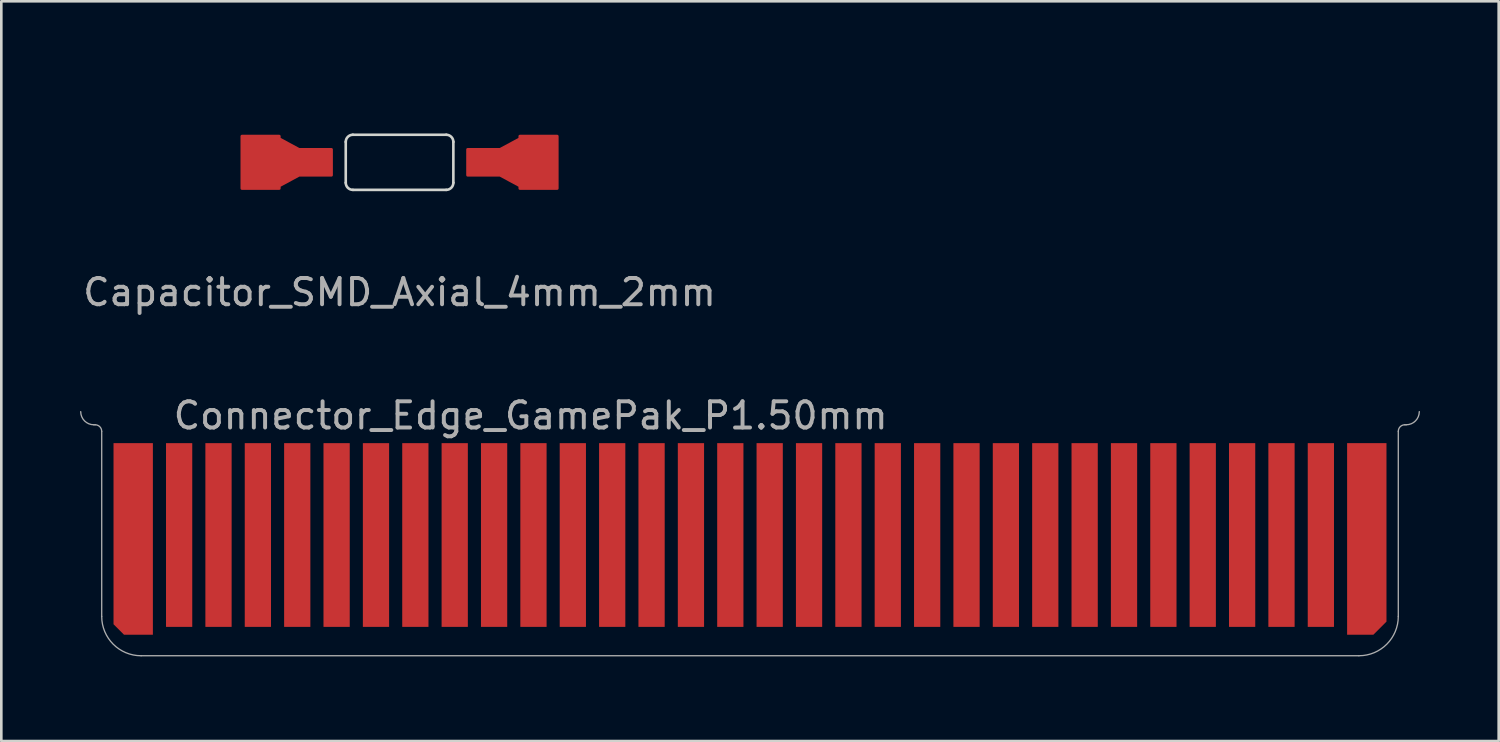
<source format=kicad_pcb>
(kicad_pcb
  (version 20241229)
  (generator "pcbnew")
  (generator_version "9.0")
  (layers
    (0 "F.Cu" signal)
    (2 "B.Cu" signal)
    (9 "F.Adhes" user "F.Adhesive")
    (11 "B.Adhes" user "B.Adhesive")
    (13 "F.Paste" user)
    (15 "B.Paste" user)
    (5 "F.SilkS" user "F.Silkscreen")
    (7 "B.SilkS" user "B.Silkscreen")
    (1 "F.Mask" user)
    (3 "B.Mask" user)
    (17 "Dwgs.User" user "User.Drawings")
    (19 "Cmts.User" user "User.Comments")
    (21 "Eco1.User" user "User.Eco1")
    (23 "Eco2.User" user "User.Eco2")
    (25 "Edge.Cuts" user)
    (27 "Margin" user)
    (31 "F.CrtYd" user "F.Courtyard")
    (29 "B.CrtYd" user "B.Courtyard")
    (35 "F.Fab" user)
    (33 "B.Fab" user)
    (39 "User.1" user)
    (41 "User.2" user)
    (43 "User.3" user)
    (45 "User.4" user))
  (footprint "Capacitor_SMD_Axial_4mm_2mm"
    (layer "F.Cu")
    (at 12.173 3.134)
    (property "Reference" "Capacitor_SMD_Axial_4mm_2mm" (at 0 -2.286 0) (unlocked yes) (layer "F.Mask") (effects (font (size 1 1) (thickness 0.15))))
    (attr smd)
    (fp_line (start -2.05 0.778) (end -2.05 -0.778) (stroke (width 0.1) (type solid)) (layer "Edge.Cuts"))
    (fp_line (start -1.778 -1.05) (end 1.778 -1.05) (stroke (width 0.1) (type solid)) (layer "Edge.Cuts"))
    (fp_line (start -1.778 1.05) (end 1.778 1.05) (stroke (width 0.1) (type solid)) (layer "Edge.Cuts"))
    (fp_line (start 2.05 -0.778) (end 2.05 0.778) (stroke (width 0.1) (type solid)) (layer "Edge.Cuts"))
    (fp_arc (start -2.05 -0.778) (mid -1.970333 -0.970333) (end -1.778 -1.05) (stroke (width 0.1) (type solid)) (layer "Edge.Cuts"))
    (fp_arc (start -1.778 1.05) (mid -1.970333 0.970333) (end -2.05 0.778) (stroke (width 0.1) (type solid)) (layer "Edge.Cuts"))
    (fp_arc (start 1.778 -1.05) (mid 1.970333 -0.970333) (end 2.05 -0.778) (stroke (width 0.1) (type solid)) (layer "Edge.Cuts"))
    (fp_arc (start 2.05 0.778) (mid 1.970333 0.970333) (end 1.778 1.05) (stroke (width 0.1) (type solid)) (layer "Edge.Cuts"))
    (fp_text user "${REFERENCE}" (at 0 4.953 0) (unlocked yes) (layer "F.Fab") (effects (font (size 1 1) (thickness 0.15))))
    (pad "1" smd custom (at -3.21 0) (size 1.25 1) (layers "F.Cu" "F.Mask" "F.Paste") (options (anchor rect)) (primitives (gr_poly (pts (xy 0.62 -0.495) (xy -0.62 -0.495) (xy -1.37 -0.9) (xy -1.37 -1) (xy -2.8 -1) (xy -2.8 1) (xy -1.37 1) (xy -1.37 0.9) (xy -0.62 0.495) (xy 0.62 0.495)) (width 0.1) (fill yes))))
    (pad "2" smd custom (at 3.21 0 180) (size 1.25 1) (layers "F.Cu" "F.Mask" "F.Paste") (options (anchor rect)) (primitives (gr_poly (pts (xy 0.62 -0.495) (xy -0.62 -0.495) (xy -1.37 -0.9) (xy -1.37 -1) (xy -2.8 -1) (xy -2.8 1) (xy -1.37 1) (xy -1.37 0.9) (xy -0.62 0.495) (xy 0.62 0.495)) (width 0.1) (fill yes))))
    (zone (net_name "") (layer "F.Cu") (name "BLANK") (hatch edge 0.508) (connect_pads) (min_thickness 0.254) (filled_areas_thickness no) (keepout (tracks allowed) (vias allowed) (pads allowed) (copperpour not_allowed) (footprints allowed)) (placement (enabled no)) (fill) (polygon (pts (xy 16.723 4.184) (xy 7.623 4.184) (xy 7.623 2.084) (xy 16.723 2.084)))))
  (footprint "Connector_Edge_GamePak_P1.50mm"
    (layer "F.Cu")
    (at 25.525 21.934)
    (property "Reference" "Connector_Edge_GamePak_P1.50mm" (at -22.05 -9.15 0) (layer "F.Fab") (effects (font (size 1 1) (thickness 0.15)) (justify left)))
    (attr through_hole)
    (fp_poly (pts (xy 24.9 -0.004) (xy -24.9 -0.004) (xy -24.9 -7) (xy 24.9 -7)) (stroke (width 0) (type solid)) (fill yes) (layer "F.Mask"))
    (fp_line (start -24.95 -8.8) (end -25 -8.8) (stroke (width 0.05) (type solid)) (layer "F.Fab"))
    (fp_line (start -24.7 -1.5) (end -24.7 -8.55) (stroke (width 0.05) (type solid)) (layer "F.Fab"))
    (fp_line (start -23.2 0) (end 23.2 0) (stroke (width 0.05) (type solid)) (layer "F.Fab"))
    (fp_line (start 24.7 -1.5) (end 24.7 -8.55) (stroke (width 0.05) (type solid)) (layer "F.Fab"))
    (fp_line (start 25 -8.8) (end 24.95 -8.8) (stroke (width 0.05) (type solid)) (layer "F.Fab"))
    (fp_arc (start -25 -8.8) (mid -25.353553 -8.946447) (end -25.5 -9.3) (stroke (width 0.05) (type solid)) (layer "F.Fab"))
    (fp_arc (start -24.95 -8.8) (mid -24.773243 -8.726796) (end -24.7 -8.550056) (stroke (width 0.05) (type solid)) (layer "F.Fab"))
    (fp_arc (start -23.2 0) (mid -24.26066 -0.43934) (end -24.7 -1.5) (stroke (width 0.05) (type solid)) (layer "F.Fab"))
    (fp_arc (start 24.7 -8.550056) (mid 24.773202 -8.726814) (end 24.949944 -8.800056) (stroke (width 0.05) (type solid)) (layer "F.Fab"))
    (fp_arc (start 24.7 -1.5) (mid 24.26066 -0.43934) (end 23.2 0) (stroke (width 0.05) (type solid)) (layer "F.Fab"))
    (fp_arc (start 25.5 -9.3) (mid 25.353553 -8.946447) (end 25 -8.8) (stroke (width 0.05) (type solid)) (layer "F.Fab"))
    (pad "1" connect custom (at -23.5 -7.6) (size 0.8 0.8) (layers "F.Cu") (options (anchor rect)) (primitives (gr_poly (pts (xy 0.75 6.8) (xy -0.35 6.8) (xy -0.75 6.4) (xy -0.75 -0.5) (xy 0.75 -0.5)) (width 0) (fill yes))))
    (pad "2" connect custom (at -21.75 -7.6) (size 0.8 0.8) (layers "F.Cu") (options (anchor rect)) (primitives (gr_poly (pts (xy 0.5 6.5) (xy -0.5 6.5) (xy -0.5 -0.5) (xy 0.5 -0.5)) (width 0) (fill yes))))
    (pad "3" connect custom (at -20.25 -7.6) (size 0.8 0.8) (layers "F.Cu") (options (anchor rect)) (primitives (gr_poly (pts (xy 0.5 6.5) (xy -0.5 6.5) (xy -0.5 -0.5) (xy 0.5 -0.5)) (width 0) (fill yes))))
    (pad "4" connect custom (at -18.75 -7.6) (size 0.8 0.8) (layers "F.Cu") (options (anchor rect)) (primitives (gr_poly (pts (xy 0.5 6.5) (xy -0.5 6.5) (xy -0.5 -0.5) (xy 0.5 -0.5)) (width 0) (fill yes))))
    (pad "5" connect custom (at -17.25 -7.6) (size 0.8 0.8) (layers "F.Cu") (options (anchor rect)) (primitives (gr_poly (pts (xy 0.5 6.5) (xy -0.5 6.5) (xy -0.5 -0.5) (xy 0.5 -0.5)) (width 0) (fill yes))))
    (pad "6" connect custom (at -15.75 -7.6) (size 0.8 0.8) (layers "F.Cu") (options (anchor rect)) (primitives (gr_poly (pts (xy 0.5 6.5) (xy -0.5 6.5) (xy -0.5 -0.5) (xy 0.5 -0.5)) (width 0) (fill yes))))
    (pad "7" connect custom (at -14.25 -7.6) (size 0.8 0.8) (layers "F.Cu") (options (anchor rect)) (primitives (gr_poly (pts (xy 0.5 6.5) (xy -0.5 6.5) (xy -0.5 -0.5) (xy 0.5 -0.5)) (width 0) (fill yes))))
    (pad "8" connect custom (at -12.75 -7.6) (size 0.8 0.8) (layers "F.Cu") (options (anchor rect)) (primitives (gr_poly (pts (xy 0.5 6.5) (xy -0.5 6.5) (xy -0.5 -0.5) (xy 0.5 -0.5)) (width 0) (fill yes))))
    (pad "9" connect custom (at -11.25 -7.6) (size 0.8 0.8) (layers "F.Cu") (options (anchor rect)) (primitives (gr_poly (pts (xy 0.5 6.5) (xy -0.5 6.5) (xy -0.5 -0.5) (xy 0.5 -0.5)) (width 0) (fill yes))))
    (pad "10" connect custom (at -9.75 -7.6) (size 0.8 0.8) (layers "F.Cu") (options (anchor rect)) (primitives (gr_poly (pts (xy 0.5 6.5) (xy -0.5 6.5) (xy -0.5 -0.5) (xy 0.5 -0.5)) (width 0) (fill yes))))
    (pad "11" connect custom (at -8.25 -7.6) (size 0.8 0.8) (layers "F.Cu") (options (anchor rect)) (primitives (gr_poly (pts (xy 0.5 6.5) (xy -0.5 6.5) (xy -0.5 -0.5) (xy 0.5 -0.5)) (width 0) (fill yes))))
    (pad "12" connect custom (at -6.75 -7.6) (size 0.8 0.8) (layers "F.Cu") (options (anchor rect)) (primitives (gr_poly (pts (xy 0.5 6.5) (xy -0.5 6.5) (xy -0.5 -0.5) (xy 0.5 -0.5)) (width 0) (fill yes))))
    (pad "13" connect custom (at -5.25 -7.6) (size 0.8 0.8) (layers "F.Cu") (options (anchor rect)) (primitives (gr_poly (pts (xy 0.5 6.5) (xy -0.5 6.5) (xy -0.5 -0.5) (xy 0.5 -0.5)) (width 0) (fill yes))))
    (pad "14" connect custom (at -3.75 -7.6) (size 0.8 0.8) (layers "F.Cu") (options (anchor rect)) (primitives (gr_poly (pts (xy 0.5 6.5) (xy -0.5 6.5) (xy -0.5 -0.5) (xy 0.5 -0.5)) (width 0) (fill yes))))
    (pad "15" connect custom (at -2.25 -7.6) (size 0.8 0.8) (layers "F.Cu") (options (anchor rect)) (primitives (gr_poly (pts (xy 0.5 6.5) (xy -0.5 6.5) (xy -0.5 -0.5) (xy 0.5 -0.5)) (width 0) (fill yes))))
    (pad "16" connect custom (at -0.75 -7.6) (size 0.8 0.8) (layers "F.Cu") (options (anchor rect)) (primitives (gr_poly (pts (xy 0.5 6.5) (xy -0.5 6.5) (xy -0.5 -0.5) (xy 0.5 -0.5)) (width 0) (fill yes))))
    (pad "17" connect custom (at 0.75 -7.6) (size 0.8 0.8) (layers "F.Cu") (options (anchor rect)) (primitives (gr_poly (pts (xy 0.5 6.5) (xy -0.5 6.5) (xy -0.5 -0.5) (xy 0.5 -0.5)) (width 0) (fill yes))))
    (pad "18" connect custom (at 2.25 -7.6) (size 0.8 0.8) (layers "F.Cu") (options (anchor rect)) (primitives (gr_poly (pts (xy 0.5 6.5) (xy -0.5 6.5) (xy -0.5 -0.5) (xy 0.5 -0.5)) (width 0) (fill yes))))
    (pad "19" connect custom (at 3.75 -7.6) (size 0.8 0.8) (layers "F.Cu") (options (anchor rect)) (primitives (gr_poly (pts (xy 0.5 6.5) (xy -0.5 6.5) (xy -0.5 -0.5) (xy 0.5 -0.5)) (width 0) (fill yes))))
    (pad "20" connect custom (at 5.25 -7.6) (size 0.8 0.8) (layers "F.Cu") (options (anchor rect)) (primitives (gr_poly (pts (xy 0.5 6.5) (xy -0.5 6.5) (xy -0.5 -0.5) (xy 0.5 -0.5)) (width 0) (fill yes))))
    (pad "21" connect custom (at 6.75 -7.6) (size 0.8 0.8) (layers "F.Cu") (options (anchor rect)) (primitives (gr_poly (pts (xy 0.5 6.5) (xy -0.5 6.5) (xy -0.5 -0.5) (xy 0.5 -0.5)) (width 0) (fill yes))))
    (pad "22" connect custom (at 8.25 -7.6) (size 0.8 0.8) (layers "F.Cu") (options (anchor rect)) (primitives (gr_poly (pts (xy 0.5 6.5) (xy -0.5 6.5) (xy -0.5 -0.5) (xy 0.5 -0.5)) (width 0) (fill yes))))
    (pad "23" connect custom (at 9.75 -7.6) (size 0.8 0.8) (layers "F.Cu") (options (anchor rect)) (primitives (gr_poly (pts (xy 0.5 6.5) (xy -0.5 6.5) (xy -0.5 -0.5) (xy 0.5 -0.5)) (width 0) (fill yes))))
    (pad "24" connect custom (at 11.25 -7.6) (size 0.8 0.8) (layers "F.Cu") (options (anchor rect)) (primitives (gr_poly (pts (xy 0.5 6.5) (xy -0.5 6.5) (xy -0.5 -0.5) (xy 0.5 -0.5)) (width 0) (fill yes))))
    (pad "25" connect custom (at 12.75 -7.6) (size 0.8 0.8) (layers "F.Cu") (options (anchor rect)) (primitives (gr_poly (pts (xy 0.5 6.5) (xy -0.5 6.5) (xy -0.5 -0.5) (xy 0.5 -0.5)) (width 0) (fill yes))))
    (pad "26" connect custom (at 14.25 -7.6) (size 0.8 0.8) (layers "F.Cu") (options (anchor rect)) (primitives (gr_poly (pts (xy 0.5 6.5) (xy -0.5 6.5) (xy -0.5 -0.5) (xy 0.5 -0.5)) (width 0) (fill yes))))
    (pad "27" connect custom (at 15.75 -7.6) (size 0.8 0.8) (layers "F.Cu") (options (anchor rect)) (primitives (gr_poly (pts (xy 0.5 6.5) (xy -0.5 6.5) (xy -0.5 -0.5) (xy 0.5 -0.5)) (width 0) (fill yes))))
    (pad "28" connect custom (at 17.25 -7.6) (size 0.8 0.8) (layers "F.Cu") (options (anchor rect)) (primitives (gr_poly (pts (xy 0.5 6.5) (xy -0.5 6.5) (xy -0.5 -0.5) (xy 0.5 -0.5)) (width 0) (fill yes))))
    (pad "29" connect custom (at 18.75 -7.6) (size 0.8 0.8) (layers "F.Cu") (options (anchor rect)) (primitives (gr_poly (pts (xy 0.5 6.5) (xy -0.5 6.5) (xy -0.5 -0.5) (xy 0.5 -0.5)) (width 0) (fill yes))))
    (pad "30" connect custom (at 20.25 -7.6) (size 0.8 0.8) (layers "F.Cu") (options (anchor rect)) (primitives (gr_poly (pts (xy 0.5 6.5) (xy -0.5 6.5) (xy -0.5 -0.5) (xy 0.5 -0.5)) (width 0) (fill yes))))
    (pad "31" connect custom (at 21.75 -7.6) (size 0.8 0.8) (layers "F.Cu") (options (anchor rect)) (primitives (gr_poly (pts (xy 0.5 6.5) (xy -0.5 6.5) (xy -0.5 -0.5) (xy 0.5 -0.5)) (width 0) (fill yes))))
    (pad "32" connect custom (at 23.5 -7.6) (size 0.8 0.8) (layers "F.Cu") (options (anchor rect)) (primitives (gr_poly (pts (xy 0.75 6.3) (xy 0.25 6.8) (xy -0.75 6.8) (xy -0.75 -0.5) (xy 0.75 -0.5)) (width 0) (fill yes)))))
  (gr_rect
    (start -3 -3)
    (end 54.05 25.184)
    (stroke (width 0.1) (type default))
    (fill no)
    (layer "Edge.Cuts")))
</source>
